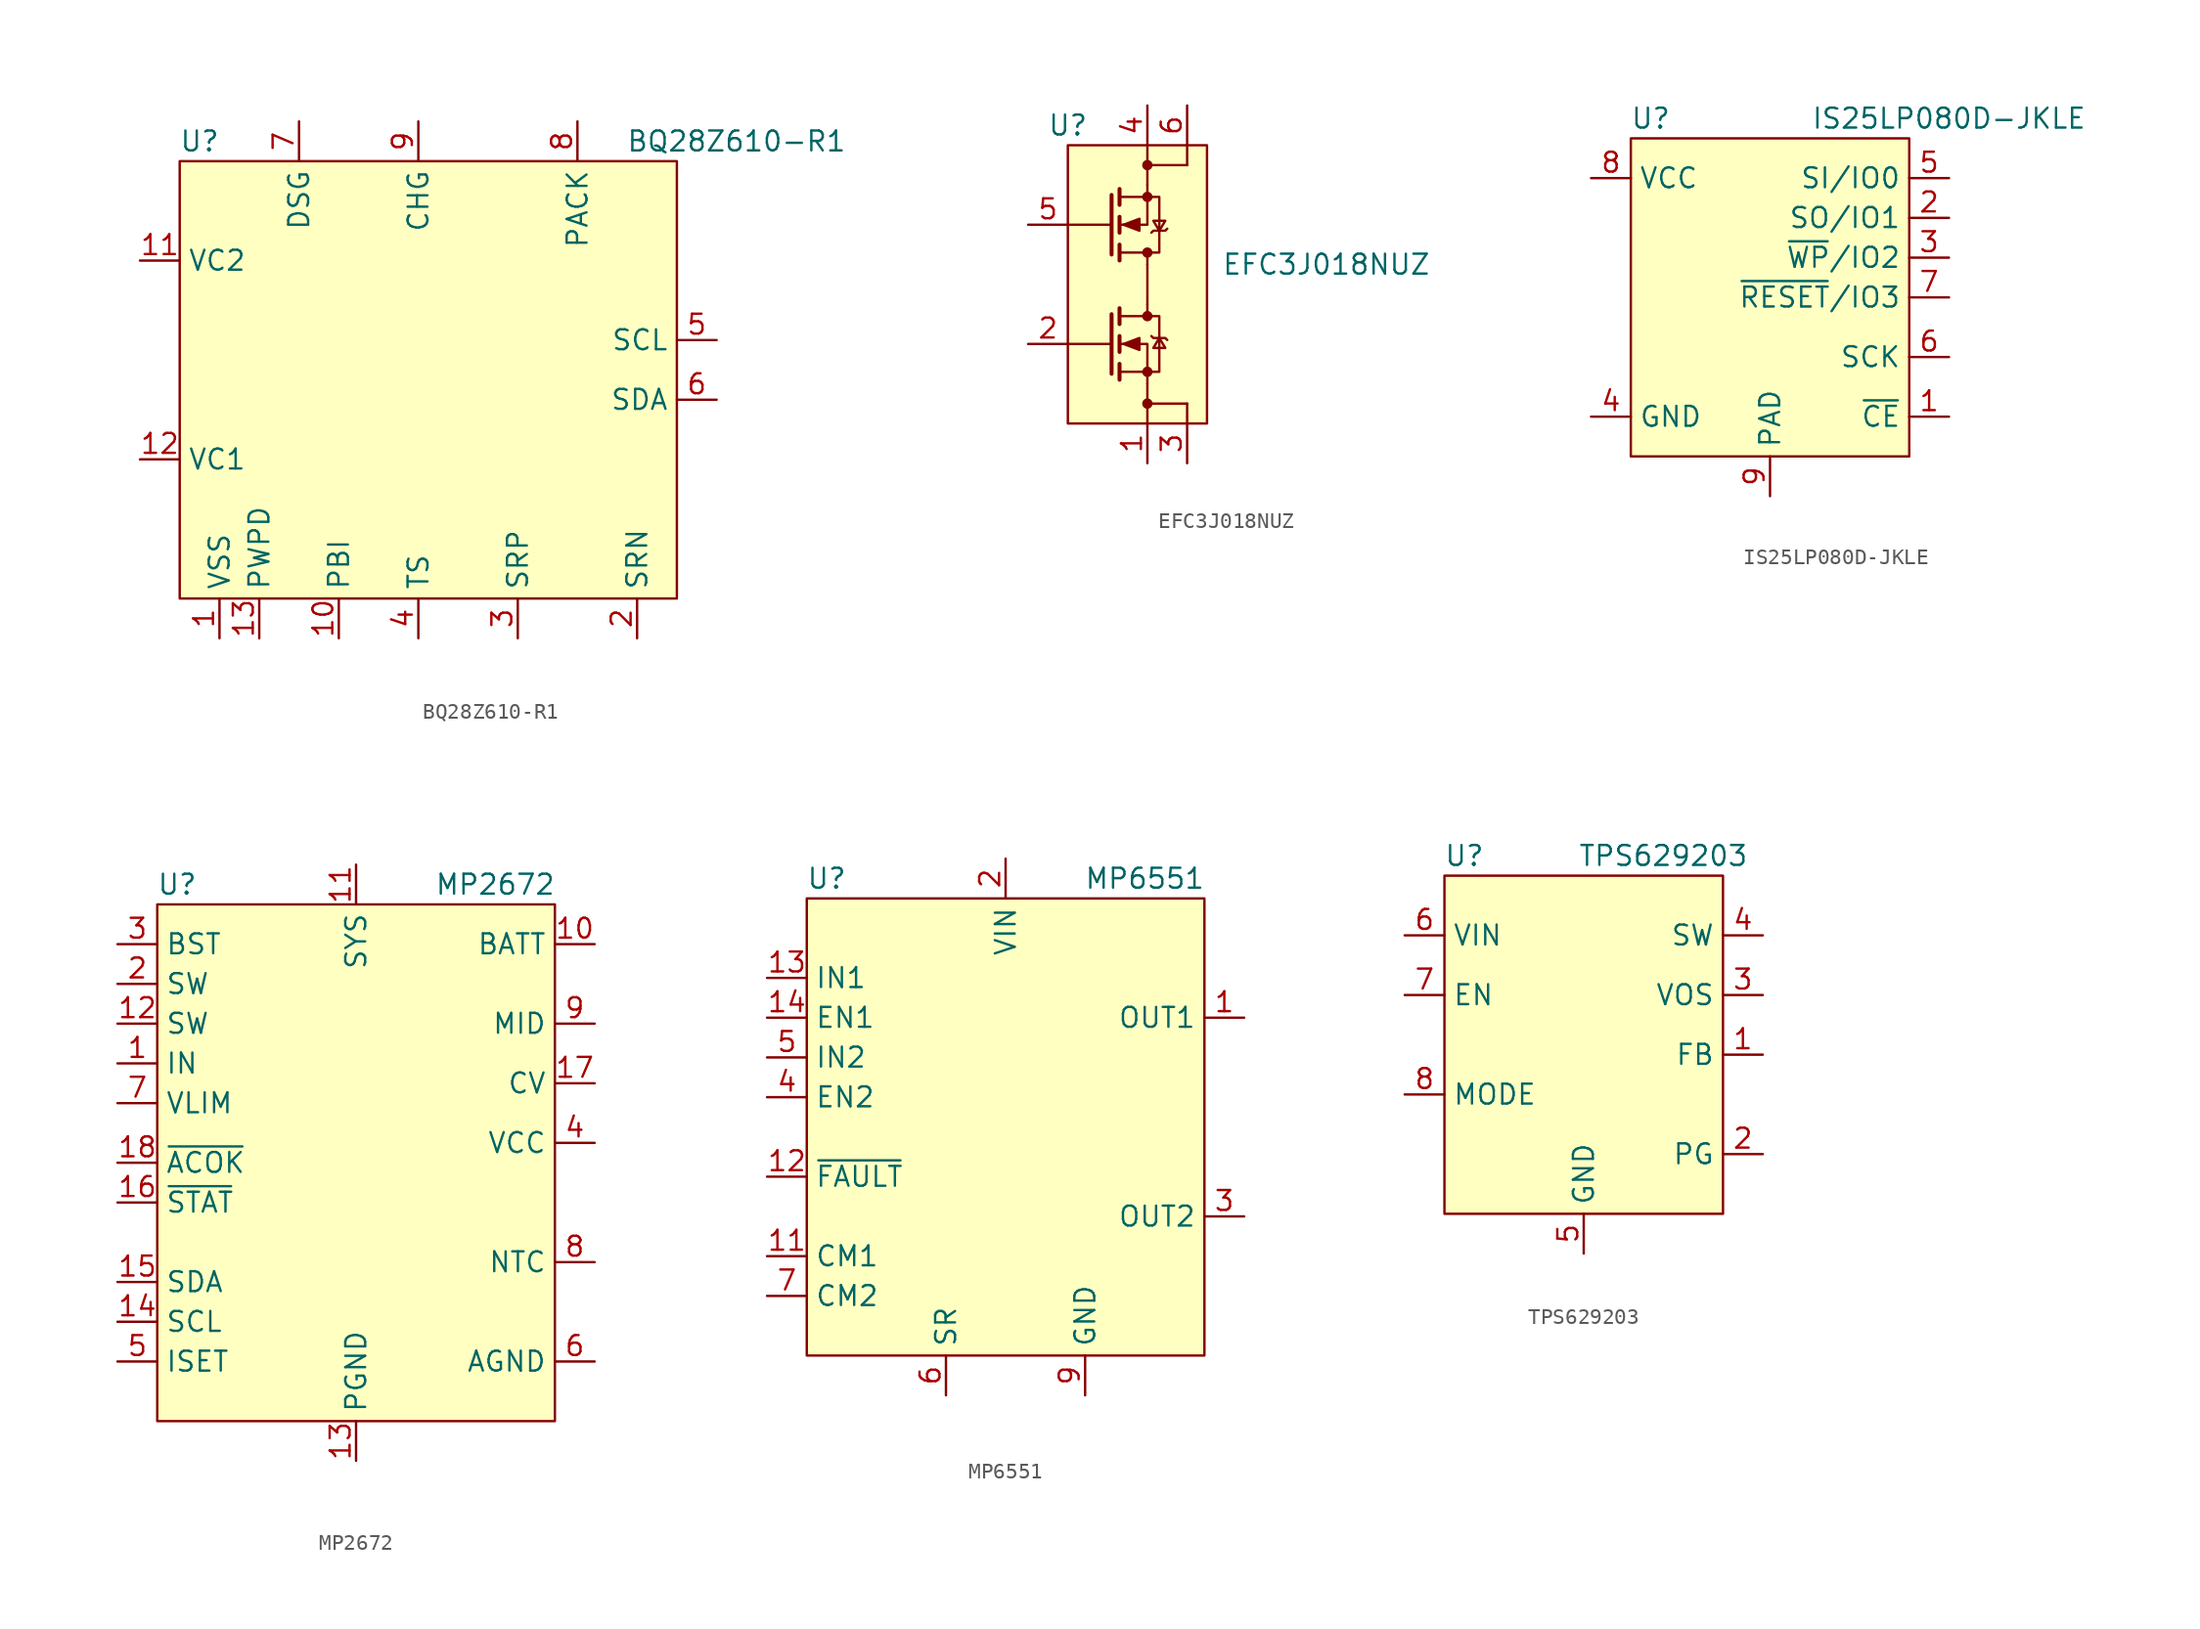
<source format=kicad_sym>
(kicad_symbol_lib
  (version 20211014)
  (generator kicad_symbol_editor)
  (symbol "BQ28Z610-R1"
    (property "Reference" "U"
      (at 1.27 1.27 0)
      (effects (font (size 1.27 1.27))))
    (property "Value" "BQ28Z610-R1"
      (at 35.56 1.27 0)
      (effects (font (size 1.27 1.27))))
    (symbol "BQ28Z610-R1_0_1"
      (rectangle (start 0 0) (end 31.75 -27.94) (stroke (width 0) (type default) (color 0 0 0 0)) (fill (type background))))
    (symbol "BQ28Z610-R1_1_1"
      (pin power_in line (at 2.54 -30.48 90) (length 2.54) (name "VSS" (effects (font (size 1.27 1.27)))) (number "1" (effects (font (size 1.27 1.27)))))
      (pin input line (at 10.16 -30.48 90) (length 2.54) (name "PBI" (effects (font (size 1.27 1.27)))) (number "10" (effects (font (size 1.27 1.27)))))
      (pin input line (at -2.54 -6.35 0) (length 2.54) (name "VC2" (effects (font (size 1.27 1.27)))) (number "11" (effects (font (size 1.27 1.27)))))
      (pin input line (at -2.54 -19.05 0) (length 2.54) (name "VC1" (effects (font (size 1.27 1.27)))) (number "12" (effects (font (size 1.27 1.27)))))
      (pin power_in line (at 5.08 -30.48 90) (length 2.54) (name "PWPD" (effects (font (size 1.27 1.27)))) (number "13" (effects (font (size 1.27 1.27)))))
      (pin input line (at 29.21 -30.48 90) (length 2.54) (name "SRN" (effects (font (size 1.27 1.27)))) (number "2" (effects (font (size 1.27 1.27)))))
      (pin input line (at 21.59 -30.48 90) (length 2.54) (name "SRP" (effects (font (size 1.27 1.27)))) (number "3" (effects (font (size 1.27 1.27)))))
      (pin input line (at 15.24 -30.48 90) (length 2.54) (name "TS" (effects (font (size 1.27 1.27)))) (number "4" (effects (font (size 1.27 1.27)))))
      (pin input line (at 34.29 -11.43 180) (length 2.54) (name "SCL" (effects (font (size 1.27 1.27)))) (number "5" (effects (font (size 1.27 1.27)))))
      (pin tri_state line (at 34.29 -15.24 180) (length 2.54) (name "SDA" (effects (font (size 1.27 1.27)))) (number "6" (effects (font (size 1.27 1.27)))))
      (pin output line (at 7.62 2.54 270) (length 2.54) (name "DSG" (effects (font (size 1.27 1.27)))) (number "7" (effects (font (size 1.27 1.27)))))
      (pin input line (at 25.4 2.54 270) (length 2.54) (name "PACK" (effects (font (size 1.27 1.27)))) (number "8" (effects (font (size 1.27 1.27)))))
      (pin output line (at 15.24 2.54 270) (length 2.54) (name "CHG" (effects (font (size 1.27 1.27)))) (number "9" (effects (font (size 1.27 1.27)))))))
  (symbol "EFC3J018NUZ"
    (property "Reference" "U"
      (at -5.08 10.16 0)
      (effects (font (size 1.27 1.27))))
    (property "Value" "EFC3J018NUZ"
      (at 11.43 1.27 0)
      (effects (font (size 1.27 1.27))))
    (symbol "EFC3J018NUZ_0_1"
      (rectangle (start -5.08 8.89) (end 3.81 -8.89) (stroke (width 0) (type default) (color 0 0 0 0)) (fill (type background)))
      (circle (center 0 -7.62) (radius 0.254) (stroke (width 0) (type default) (color 0 0 0 0)) (fill (type outline)))
      (circle (center 0 -5.588) (radius 0.254) (stroke (width 0) (type default) (color 0 0 0 0)) (fill (type outline)))
      (circle (center 0 -2.032) (radius 0.254) (stroke (width 0) (type default) (color 0 0 0 0)) (fill (type outline)))
      (polyline (pts (xy -2.286 -3.81) (xy -5.08 -3.81)) (stroke (width 0) (type default) (color 0 0 0 0)) (fill (type none)))
      (polyline (pts (xy -2.286 -1.905) (xy -2.286 -5.715)) (stroke (width 0.254) (type default) (color 0 0 0 0)) (fill (type none)))
      (polyline (pts (xy -2.286 1.905) (xy -2.286 5.715)) (stroke (width 0.254) (type default) (color 0 0 0 0)) (fill (type none)))
      (polyline (pts (xy -2.286 3.81) (xy -5.08 3.81)) (stroke (width 0) (type default) (color 0 0 0 0)) (fill (type none)))
      (polyline (pts (xy -1.778 -5.08) (xy -1.778 -6.096)) (stroke (width 0.254) (type default) (color 0 0 0 0)) (fill (type none)))
      (polyline (pts (xy -1.778 -3.302) (xy -1.778 -4.318)) (stroke (width 0.254) (type default) (color 0 0 0 0)) (fill (type none)))
      (polyline (pts (xy -1.778 -1.524) (xy -1.778 -2.54)) (stroke (width 0.254) (type default) (color 0 0 0 0)) (fill (type none)))
      (polyline (pts (xy -1.778 1.524) (xy -1.778 2.54)) (stroke (width 0.254) (type default) (color 0 0 0 0)) (fill (type none)))
      (polyline (pts (xy -1.778 3.302) (xy -1.778 4.318)) (stroke (width 0.254) (type default) (color 0 0 0 0)) (fill (type none)))
      (polyline (pts (xy -1.778 5.08) (xy -1.778 6.096)) (stroke (width 0.254) (type default) (color 0 0 0 0)) (fill (type none)))
      (polyline (pts (xy 0 -7.62) (xy 0 -8.89)) (stroke (width 0) (type default) (color 0 0 0 0)) (fill (type none)))
      (polyline (pts (xy 0 -1.27) (xy 0 -2.032)) (stroke (width 0) (type default) (color 0 0 0 0)) (fill (type none)))
      (polyline (pts (xy 0 1.27) (xy 0 -1.27)) (stroke (width 0) (type default) (color 0 0 0 0)) (fill (type none)))
      (polyline (pts (xy 0 1.27) (xy 0 2.032)) (stroke (width 0) (type default) (color 0 0 0 0)) (fill (type none)))
      (polyline (pts (xy 0 8.89) (xy 0 7.62)) (stroke (width 0) (type default) (color 0 0 0 0)) (fill (type none)))
      (polyline (pts (xy 2.54 -7.62) (xy 2.54 -8.89)) (stroke (width 0) (type default) (color 0 0 0 0)) (fill (type none)))
      (polyline (pts (xy 2.54 7.62) (xy 2.54 8.89)) (stroke (width 0) (type default) (color 0 0 0 0)) (fill (type none)))
      (polyline (pts (xy 0 -6.35) (xy 0 -7.62) (xy 2.54 -7.62)) (stroke (width 0) (type default) (color 0 0 0 0)) (fill (type none)))
      (polyline (pts (xy 0 -6.35) (xy 0 -3.81) (xy -1.778 -3.81)) (stroke (width 0) (type default) (color 0 0 0 0)) (fill (type none)))
      (polyline (pts (xy 0 6.35) (xy 0 3.81) (xy -1.778 3.81)) (stroke (width 0) (type default) (color 0 0 0 0)) (fill (type none)))
      (polyline (pts (xy 0 6.35) (xy 0 7.62) (xy 2.54 7.62)) (stroke (width 0) (type default) (color 0 0 0 0)) (fill (type none)))
      (polyline (pts (xy -1.778 -5.588) (xy 0.762 -5.588) (xy 0.762 -2.032) (xy -1.778 -2.032)) (stroke (width 0) (type default) (color 0 0 0 0)) (fill (type none)))
      (polyline (pts (xy -1.778 5.588) (xy 0.762 5.588) (xy 0.762 2.032) (xy -1.778 2.032)) (stroke (width 0) (type default) (color 0 0 0 0)) (fill (type none)))
      (polyline (pts (xy -1.524 -3.81) (xy -0.508 -3.429) (xy -0.508 -4.191) (xy -1.524 -3.81)) (stroke (width 0) (type default) (color 0 0 0 0)) (fill (type outline)))
      (polyline (pts (xy -1.524 3.81) (xy -0.508 3.429) (xy -0.508 4.191) (xy -1.524 3.81)) (stroke (width 0) (type default) (color 0 0 0 0)) (fill (type outline)))
      (polyline (pts (xy 0.254 -3.302) (xy 0.381 -3.429) (xy 1.143 -3.429) (xy 1.27 -3.556)) (stroke (width 0) (type default) (color 0 0 0 0)) (fill (type none)))
      (polyline (pts (xy 0.254 3.302) (xy 0.381 3.429) (xy 1.143 3.429) (xy 1.27 3.556)) (stroke (width 0) (type default) (color 0 0 0 0)) (fill (type none)))
      (polyline (pts (xy 0.762 -3.429) (xy 0.381 -4.064) (xy 1.143 -4.064) (xy 0.762 -3.429)) (stroke (width 0) (type default) (color 0 0 0 0)) (fill (type none)))
      (polyline (pts (xy 0.762 3.429) (xy 0.381 4.064) (xy 1.143 4.064) (xy 0.762 3.429)) (stroke (width 0) (type default) (color 0 0 0 0)) (fill (type none)))
      (circle (center 0 2.032) (radius 0.254) (stroke (width 0) (type default) (color 0 0 0 0)) (fill (type outline)))
      (circle (center 0 5.588) (radius 0.254) (stroke (width 0) (type default) (color 0 0 0 0)) (fill (type outline)))
      (circle (center 0 7.62) (radius 0.254) (stroke (width 0) (type default) (color 0 0 0 0)) (fill (type outline))))
    (symbol "EFC3J018NUZ_1_1"
      (pin passive line (at 0 -11.43 90) (length 2.54) (name "" (effects (font (size 1.27 1.27)))) (number "1" (effects (font (size 1.27 1.27)))))
      (pin input line (at -7.62 -3.81 0) (length 2.54) (name "" (effects (font (size 1.27 1.27)))) (number "2" (effects (font (size 1.27 1.27)))))
      (pin passive line (at 2.54 -11.43 90) (length 2.54) (name "" (effects (font (size 1.27 1.27)))) (number "3" (effects (font (size 1.27 1.27)))))
      (pin passive line (at 0 11.43 270) (length 2.54) (name "" (effects (font (size 1.27 1.27)))) (number "4" (effects (font (size 1.27 1.27)))))
      (pin input line (at -7.62 3.81 0) (length 2.54) (name "" (effects (font (size 1.27 1.27)))) (number "5" (effects (font (size 1.27 1.27)))))
      (pin passive line (at 2.54 11.43 270) (length 2.54) (name "" (effects (font (size 1.27 1.27)))) (number "6" (effects (font (size 1.27 1.27)))))))
  (symbol "IS25LP080D-JKLE"
    (property "Reference" "U"
      (at 1.27 1.27 0)
      (effects (font (size 1.27 1.27))))
    (property "Value" "IS25LP080D-JKLE"
      (at 20.32 1.27 0)
      (effects (font (size 1.27 1.27))))
    (symbol "IS25LP080D-JKLE_0_1"
      (rectangle (start 0 0) (end 17.78 -20.32) (stroke (width 0) (type default) (color 0 0 0 0)) (fill (type background))))
    (symbol "IS25LP080D-JKLE_1_1"
      (pin input line (at 20.32 -17.78 180) (length 2.54) (name "~{CE}" (effects (font (size 1.27 1.27)))) (number "1" (effects (font (size 1.27 1.27)))))
      (pin bidirectional line (at 20.32 -5.08 180) (length 2.54) (name "SO/IO1" (effects (font (size 1.27 1.27)))) (number "2" (effects (font (size 1.27 1.27)))))
      (pin bidirectional line (at 20.32 -7.62 180) (length 2.54) (name "~{WP}/IO2" (effects (font (size 1.27 1.27)))) (number "3" (effects (font (size 1.27 1.27)))))
      (pin power_in line (at -2.54 -17.78 0) (length 2.54) (name "GND" (effects (font (size 1.27 1.27)))) (number "4" (effects (font (size 1.27 1.27)))))
      (pin bidirectional line (at 20.32 -2.54 180) (length 2.54) (name "SI/IO0" (effects (font (size 1.27 1.27)))) (number "5" (effects (font (size 1.27 1.27)))))
      (pin input line (at 20.32 -13.97 180) (length 2.54) (name "SCK" (effects (font (size 1.27 1.27)))) (number "6" (effects (font (size 1.27 1.27)))))
      (pin bidirectional line (at 20.32 -10.16 180) (length 2.54) (name "~{RESET}/IO3" (effects (font (size 1.27 1.27)))) (number "7" (effects (font (size 1.27 1.27)))))
      (pin power_in line (at -2.54 -2.54 0) (length 2.54) (name "VCC" (effects (font (size 1.27 1.27)))) (number "8" (effects (font (size 1.27 1.27)))))
      (pin passive line (at 8.89 -22.86 90) (length 2.54) (name "PAD" (effects (font (size 1.27 1.27)))) (number "9" (effects (font (size 1.27 1.27)))))))
  (symbol "MP2672"
    (property "Reference" "U"
      (at 1.27 1.27 0)
      (effects (font (size 1.27 1.27))))
    (property "Value" "MP2672"
      (at 21.59 1.27 0)
      (effects (font (size 1.27 1.27))))
    (symbol "MP2672_0_1"
      (rectangle (start 0 0) (end 25.4 -33.02) (stroke (width 0) (type default) (color 0 0 0 0)) (fill (type background))))
    (symbol "MP2672_1_1"
      (pin power_in line (at -2.54 -10.16 0) (length 2.54) (name "IN" (effects (font (size 1.27 1.27)))) (number "1" (effects (font (size 1.27 1.27)))))
      (pin power_out line (at 27.94 -2.54 180) (length 2.54) (name "BATT" (effects (font (size 1.27 1.27)))) (number "10" (effects (font (size 1.27 1.27)))))
      (pin bidirectional line (at 12.7 2.54 270) (length 2.54) (name "SYS" (effects (font (size 1.27 1.27)))) (number "11" (effects (font (size 1.27 1.27)))))
      (pin input line (at -2.54 -7.62 0) (length 2.54) (name "SW" (effects (font (size 1.27 1.27)))) (number "12" (effects (font (size 1.27 1.27)))))
      (pin power_in line (at 12.7 -35.56 90) (length 2.54) (name "PGND" (effects (font (size 1.27 1.27)))) (number "13" (effects (font (size 1.27 1.27)))))
      (pin tri_state line (at -2.54 -26.67 0) (length 2.54) (name "SCL" (effects (font (size 1.27 1.27)))) (number "14" (effects (font (size 1.27 1.27)))))
      (pin tri_state line (at -2.54 -24.13 0) (length 2.54) (name "SDA" (effects (font (size 1.27 1.27)))) (number "15" (effects (font (size 1.27 1.27)))))
      (pin output line (at -2.54 -19.05 0) (length 2.54) (name "~{STAT}" (effects (font (size 1.27 1.27)))) (number "16" (effects (font (size 1.27 1.27)))))
      (pin input line (at 27.94 -11.43 180) (length 2.54) (name "CV" (effects (font (size 1.27 1.27)))) (number "17" (effects (font (size 1.27 1.27)))))
      (pin output line (at -2.54 -16.51 0) (length 2.54) (name "~{ACOK}" (effects (font (size 1.27 1.27)))) (number "18" (effects (font (size 1.27 1.27)))))
      (pin input line (at -2.54 -5.08 0) (length 2.54) (name "SW" (effects (font (size 1.27 1.27)))) (number "2" (effects (font (size 1.27 1.27)))))
      (pin input line (at -2.54 -2.54 0) (length 2.54) (name "BST" (effects (font (size 1.27 1.27)))) (number "3" (effects (font (size 1.27 1.27)))))
      (pin output line (at 27.94 -15.24 180) (length 2.54) (name "VCC" (effects (font (size 1.27 1.27)))) (number "4" (effects (font (size 1.27 1.27)))))
      (pin input line (at -2.54 -29.21 0) (length 2.54) (name "ISET" (effects (font (size 1.27 1.27)))) (number "5" (effects (font (size 1.27 1.27)))))
      (pin passive line (at 27.94 -29.21 180) (length 2.54) (name "AGND" (effects (font (size 1.27 1.27)))) (number "6" (effects (font (size 1.27 1.27)))))
      (pin input line (at -2.54 -12.7 0) (length 2.54) (name "VLIM" (effects (font (size 1.27 1.27)))) (number "7" (effects (font (size 1.27 1.27)))))
      (pin input line (at 27.94 -22.86 180) (length 2.54) (name "NTC" (effects (font (size 1.27 1.27)))) (number "8" (effects (font (size 1.27 1.27)))))
      (pin input line (at 27.94 -7.62 180) (length 2.54) (name "MID" (effects (font (size 1.27 1.27)))) (number "9" (effects (font (size 1.27 1.27)))))))
  (symbol "MP6551"
    (property "Reference" "U"
      (at 1.27 1.27 0)
      (effects (font (size 1.27 1.27))))
    (property "Value" "MP6551"
      (at 21.59 1.27 0)
      (effects (font (size 1.27 1.27))))
    (symbol "MP6551_0_1"
      (rectangle (start 0 0) (end 25.4 -29.21) (stroke (width 0) (type default) (color 0 0 0 0)) (fill (type background))))
    (symbol "MP6551_1_1"
      (pin output line (at 27.94 -7.62 180) (length 2.54) (name "OUT1" (effects (font (size 1.27 1.27)))) (number "1" (effects (font (size 1.27 1.27)))))
      (pin passive line (at 27.94 -7.62 180) (length 2.54) hide (name "OUT1" (effects (font (size 1.27 1.27)))) (number "10" (effects (font (size 1.27 1.27)))))
      (pin output line (at -2.54 -22.86 0) (length 2.54) (name "CM1" (effects (font (size 1.27 1.27)))) (number "11" (effects (font (size 1.27 1.27)))))
      (pin output line (at -2.54 -17.78 0) (length 2.54) (name "~{FAULT}" (effects (font (size 1.27 1.27)))) (number "12" (effects (font (size 1.27 1.27)))))
      (pin input line (at -2.54 -5.08 0) (length 2.54) (name "IN1" (effects (font (size 1.27 1.27)))) (number "13" (effects (font (size 1.27 1.27)))))
      (pin input line (at -2.54 -7.62 0) (length 2.54) (name "EN1" (effects (font (size 1.27 1.27)))) (number "14" (effects (font (size 1.27 1.27)))))
      (pin power_in line (at 12.7 2.54 270) (length 2.54) (name "VIN" (effects (font (size 1.27 1.27)))) (number "2" (effects (font (size 1.27 1.27)))))
      (pin output line (at 27.94 -20.32 180) (length 2.54) (name "OUT2" (effects (font (size 1.27 1.27)))) (number "3" (effects (font (size 1.27 1.27)))))
      (pin input line (at -2.54 -12.7 0) (length 2.54) (name "EN2" (effects (font (size 1.27 1.27)))) (number "4" (effects (font (size 1.27 1.27)))))
      (pin input line (at -2.54 -10.16 0) (length 2.54) (name "IN2" (effects (font (size 1.27 1.27)))) (number "5" (effects (font (size 1.27 1.27)))))
      (pin input line (at 8.89 -31.75 90) (length 2.54) (name "SR" (effects (font (size 1.27 1.27)))) (number "6" (effects (font (size 1.27 1.27)))))
      (pin output line (at -2.54 -25.4 0) (length 2.54) (name "CM2" (effects (font (size 1.27 1.27)))) (number "7" (effects (font (size 1.27 1.27)))))
      (pin passive line (at 27.94 -20.32 180) (length 2.54) hide (name "OUT2" (effects (font (size 1.27 1.27)))) (number "8" (effects (font (size 1.27 1.27)))))
      (pin power_in line (at 17.78 -31.75 90) (length 2.54) (name "GND" (effects (font (size 1.27 1.27)))) (number "9" (effects (font (size 1.27 1.27)))))))
  (symbol "TPS629203"
    (property "Reference" "U"
      (at 1.27 1.27 0)
      (effects (font (size 1.27 1.27))))
    (property "Value" "TPS629203"
      (at 13.97 1.27 0)
      (effects (font (size 1.27 1.27))))
    (symbol "TPS629203_0_1"
      (rectangle (start 0 0) (end 17.78 -21.59) (stroke (width 0) (type default) (color 0 0 0 0)) (fill (type background))))
    (symbol "TPS629203_1_1"
      (pin input line (at 20.32 -11.43 180) (length 2.54) (name "FB" (effects (font (size 1.27 1.27)))) (number "1" (effects (font (size 1.27 1.27)))))
      (pin output line (at 20.32 -17.78 180) (length 2.54) (name "PG" (effects (font (size 1.27 1.27)))) (number "2" (effects (font (size 1.27 1.27)))))
      (pin input line (at 20.32 -7.62 180) (length 2.54) (name "VOS" (effects (font (size 1.27 1.27)))) (number "3" (effects (font (size 1.27 1.27)))))
      (pin power_out line (at 20.32 -3.81 180) (length 2.54) (name "SW" (effects (font (size 1.27 1.27)))) (number "4" (effects (font (size 1.27 1.27)))))
      (pin input line (at 8.89 -24.13 90) (length 2.54) (name "GND" (effects (font (size 1.27 1.27)))) (number "5" (effects (font (size 1.27 1.27)))))
      (pin power_in line (at -2.54 -3.81 0) (length 2.54) (name "VIN" (effects (font (size 1.27 1.27)))) (number "6" (effects (font (size 1.27 1.27)))))
      (pin input line (at -2.54 -7.62 0) (length 2.54) (name "EN" (effects (font (size 1.27 1.27)))) (number "7" (effects (font (size 1.27 1.27)))))
      (pin input line (at -2.54 -13.97 0) (length 2.54) (name "MODE" (effects (font (size 1.27 1.27)))) (number "8" (effects (font (size 1.27 1.27))))))))
</source>
